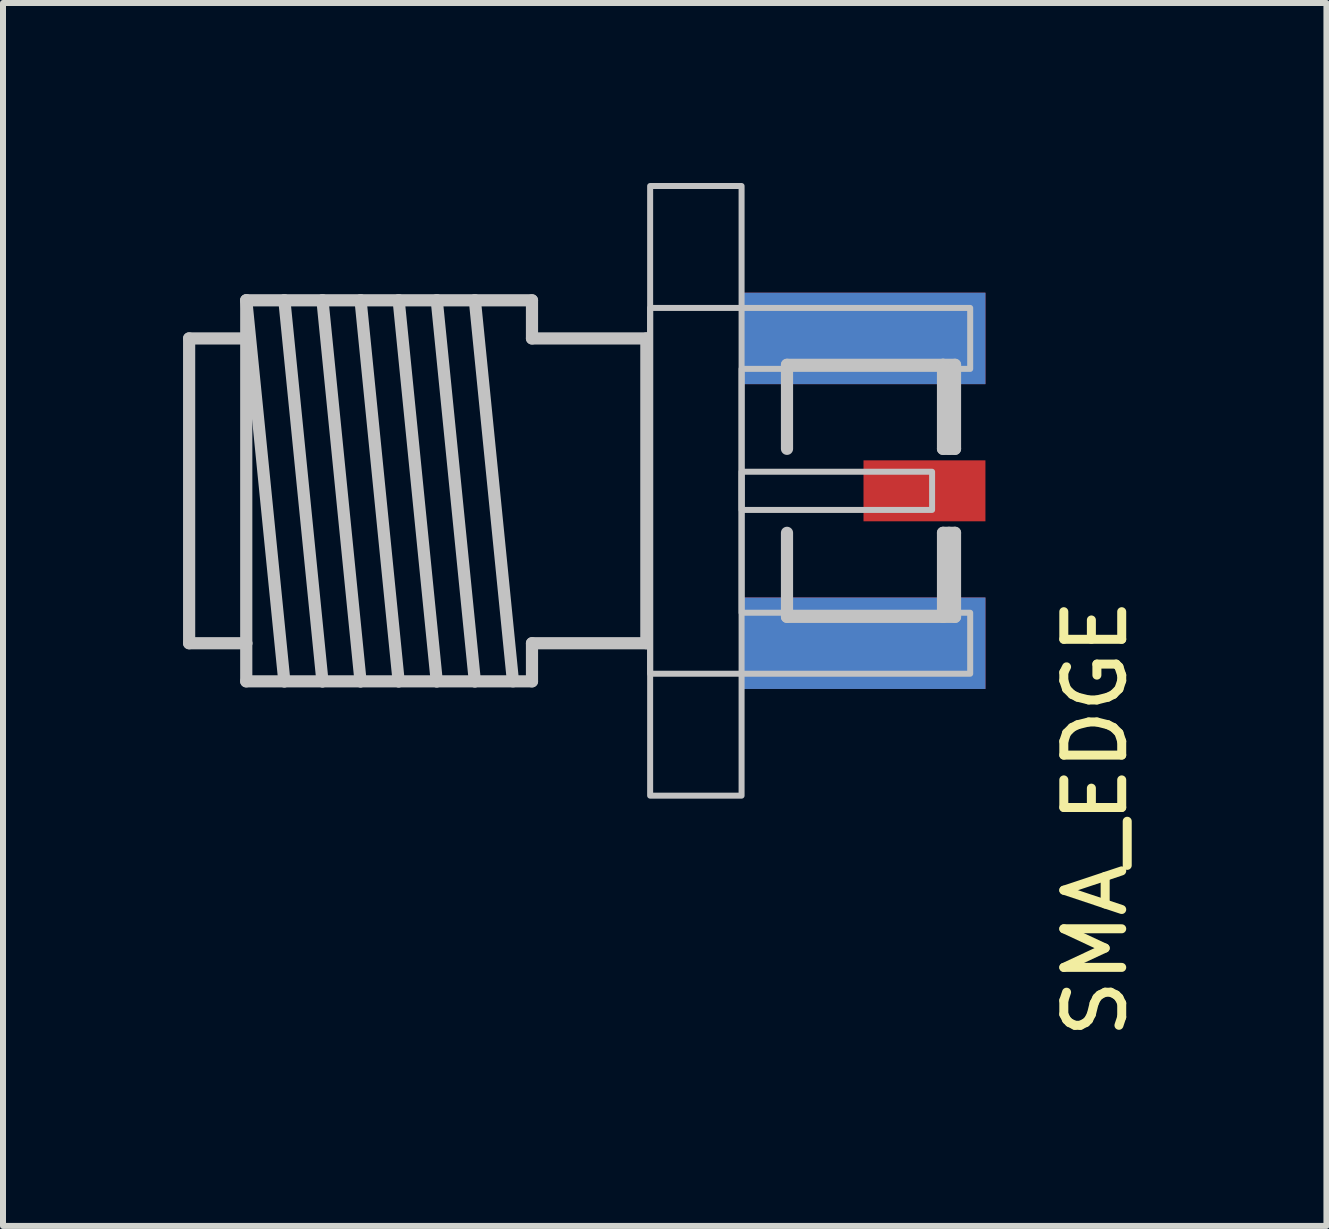
<source format=kicad_pcb>
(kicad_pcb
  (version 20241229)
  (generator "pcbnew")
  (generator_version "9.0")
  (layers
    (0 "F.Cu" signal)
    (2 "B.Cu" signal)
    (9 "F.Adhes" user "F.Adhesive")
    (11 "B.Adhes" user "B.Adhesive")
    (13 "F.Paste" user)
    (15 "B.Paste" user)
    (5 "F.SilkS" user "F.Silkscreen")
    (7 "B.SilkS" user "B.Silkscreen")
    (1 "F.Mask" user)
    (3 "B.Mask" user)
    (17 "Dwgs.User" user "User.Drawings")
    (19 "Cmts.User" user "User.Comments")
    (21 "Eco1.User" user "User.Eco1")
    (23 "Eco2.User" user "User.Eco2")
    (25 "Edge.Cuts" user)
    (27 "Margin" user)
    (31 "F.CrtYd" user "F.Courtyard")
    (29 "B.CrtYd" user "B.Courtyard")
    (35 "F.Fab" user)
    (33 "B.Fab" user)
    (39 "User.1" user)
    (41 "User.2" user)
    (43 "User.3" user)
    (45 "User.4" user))
  (footprint "SMA_EDGE"
    (layer "F.Cu")
    (at 9.309 5.13)
    (property "Reference" "SMA_EDGE" (at 5.332 1.732 90) (layer "F.SilkS") (effects (font (size 0.965 0.965) (thickness 0.15)) (justify right top)))
    (attr through_hole)
    (fp_poly (pts (xy 0.889 -0.938) (xy 3.226 -0.938) (xy 3.226 -1.853) (xy 0.889 -1.853)) (stroke (width 0) (type solid)) (fill yes) (layer "F.Mask"))
    (fp_poly (pts (xy 0.889 1.853) (xy 3.226 1.853) (xy 3.226 0.938) (xy 0.889 0.938)) (stroke (width 0) (type solid)) (fill yes) (layer "F.Mask"))
    (fp_poly (pts (xy 0.991 -0.989) (xy 3.124 -0.989) (xy 3.124 -1.802) (xy 0.991 -1.802)) (stroke (width 0) (type solid)) (fill yes) (layer "F.Paste"))
    (fp_poly (pts (xy 0.991 1.802) (xy 3.124 1.802) (xy 3.124 0.989) (xy 0.991 0.989)) (stroke (width 0) (type solid)) (fill yes) (layer "F.Paste"))
    (fp_poly (pts (xy 3.2 0.483) (xy 3.962 0.483) (xy 3.962 -0.483) (xy 3.2 -0.483)) (stroke (width 0) (type solid)) (fill yes) (layer "F.Paste"))
    (fp_line (start -9.207 -2.54) (end -8.255 -2.54) (stroke (width 0.203) (type solid)) (layer "Dwgs.User"))
    (fp_line (start -9.207 2.54) (end -9.207 -2.54) (stroke (width 0.203) (type solid)) (layer "Dwgs.User"))
    (fp_line (start -8.255 -3.175) (end -7.62 -3.175) (stroke (width 0.203) (type solid)) (layer "Dwgs.User"))
    (fp_line (start -8.255 -3.175) (end -7.62 3.175) (stroke (width 0.203) (type solid)) (layer "Dwgs.User"))
    (fp_line (start -8.255 -2.54) (end -8.255 -3.175) (stroke (width 0.203) (type solid)) (layer "Dwgs.User"))
    (fp_line (start -8.255 -2.54) (end -8.255 2.54) (stroke (width 0.203) (type solid)) (layer "Dwgs.User"))
    (fp_line (start -8.255 2.54) (end -9.207 2.54) (stroke (width 0.203) (type solid)) (layer "Dwgs.User"))
    (fp_line (start -8.255 3.175) (end -8.255 2.54) (stroke (width 0.203) (type solid)) (layer "Dwgs.User"))
    (fp_line (start -7.62 -3.175) (end -6.985 -3.175) (stroke (width 0.203) (type solid)) (layer "Dwgs.User"))
    (fp_line (start -7.62 -3.175) (end -6.985 3.175) (stroke (width 0.203) (type solid)) (layer "Dwgs.User"))
    (fp_line (start -7.62 3.175) (end -8.255 3.175) (stroke (width 0.203) (type solid)) (layer "Dwgs.User"))
    (fp_line (start -6.985 -3.175) (end -6.35 -3.175) (stroke (width 0.203) (type solid)) (layer "Dwgs.User"))
    (fp_line (start -6.985 -3.175) (end -6.35 3.175) (stroke (width 0.203) (type solid)) (layer "Dwgs.User"))
    (fp_line (start -6.985 3.175) (end -7.62 3.175) (stroke (width 0.203) (type solid)) (layer "Dwgs.User"))
    (fp_line (start -6.35 -3.175) (end -5.715 -3.175) (stroke (width 0.203) (type solid)) (layer "Dwgs.User"))
    (fp_line (start -6.35 -3.175) (end -5.715 3.175) (stroke (width 0.203) (type solid)) (layer "Dwgs.User"))
    (fp_line (start -6.35 3.175) (end -6.985 3.175) (stroke (width 0.203) (type solid)) (layer "Dwgs.User"))
    (fp_line (start -5.715 -3.175) (end -5.08 -3.175) (stroke (width 0.203) (type solid)) (layer "Dwgs.User"))
    (fp_line (start -5.715 -3.175) (end -5.08 3.175) (stroke (width 0.203) (type solid)) (layer "Dwgs.User"))
    (fp_line (start -5.715 3.175) (end -6.35 3.175) (stroke (width 0.203) (type solid)) (layer "Dwgs.User"))
    (fp_line (start -5.08 -3.175) (end -4.445 -3.175) (stroke (width 0.203) (type solid)) (layer "Dwgs.User"))
    (fp_line (start -5.08 -3.175) (end -4.445 3.175) (stroke (width 0.203) (type solid)) (layer "Dwgs.User"))
    (fp_line (start -5.08 3.175) (end -5.715 3.175) (stroke (width 0.203) (type solid)) (layer "Dwgs.User"))
    (fp_line (start -4.445 -3.175) (end -3.81 3.175) (stroke (width 0.203) (type solid)) (layer "Dwgs.User"))
    (fp_line (start -4.445 -3.175) (end -3.493 -3.175) (stroke (width 0.203) (type solid)) (layer "Dwgs.User"))
    (fp_line (start -4.445 3.175) (end -5.08 3.175) (stroke (width 0.203) (type solid)) (layer "Dwgs.User"))
    (fp_line (start -3.493 -3.175) (end -3.493 -2.54) (stroke (width 0.203) (type solid)) (layer "Dwgs.User"))
    (fp_line (start -3.493 -2.54) (end -1.587 -2.54) (stroke (width 0.203) (type solid)) (layer "Dwgs.User"))
    (fp_line (start -3.493 2.54) (end -3.493 3.175) (stroke (width 0.203) (type solid)) (layer "Dwgs.User"))
    (fp_line (start -3.493 3.175) (end -4.445 3.175) (stroke (width 0.203) (type solid)) (layer "Dwgs.User"))
    (fp_line (start -1.587 -2.54) (end -1.587 2.54) (stroke (width 0.203) (type solid)) (layer "Dwgs.User"))
    (fp_line (start -1.587 2.54) (end -3.493 2.54) (stroke (width 0.203) (type solid)) (layer "Dwgs.User"))
    (fp_line (start 0.757 -0.7) (end 0.757 -2.1) (stroke (width 0.203) (type solid)) (layer "Dwgs.User"))
    (fp_line (start 0.757 2.1) (end 0.757 0.7) (stroke (width 0.203) (type solid)) (layer "Dwgs.User"))
    (fp_line (start 0.757 2.1) (end 3.357 2.1) (stroke (width 0.203) (type solid)) (layer "Dwgs.User"))
    (fp_line (start 3.357 -2.1) (end 0.757 -2.1) (stroke (width 0.203) (type solid)) (layer "Dwgs.User"))
    (fp_line (start 3.357 -0.7) (end 3.357 -2.1) (stroke (width 0.203) (type solid)) (layer "Dwgs.User"))
    (fp_line (start 3.357 2.1) (end 3.357 0.7) (stroke (width 0.203) (type solid)) (layer "Dwgs.User"))
    (fp_line (start 3.457 -0.7) (end 3.457 -2) (stroke (width 0.203) (type solid)) (layer "Dwgs.User"))
    (fp_line (start 3.457 2) (end 3.457 0.7) (stroke (width 0.203) (type solid)) (layer "Dwgs.User"))
    (fp_line (start 3.557 -2.1) (end 3.357 -2.1) (stroke (width 0.203) (type solid)) (layer "Dwgs.User"))
    (fp_line (start 3.557 -0.7) (end 3.357 -0.7) (stroke (width 0.203) (type solid)) (layer "Dwgs.User"))
    (fp_line (start 3.557 -0.7) (end 3.557 -2.1) (stroke (width 0.203) (type solid)) (layer "Dwgs.User"))
    (fp_line (start 3.557 0.7) (end 3.357 0.7) (stroke (width 0.203) (type solid)) (layer "Dwgs.User"))
    (fp_line (start 3.557 2.1) (end 3.357 2.1) (stroke (width 0.203) (type solid)) (layer "Dwgs.User"))
    (fp_line (start 3.557 2.1) (end 3.557 0.7) (stroke (width 0.203) (type solid)) (layer "Dwgs.User"))
    (fp_poly (pts (xy -1.524 -5.08) (xy 0 -5.08) (xy 0 5.08) (xy -1.524 5.08)) (stroke (width 0.1) (type solid)) (fill no) (layer "Dwgs.User"))
    (fp_poly (pts (xy 0 0.318) (xy 3.175 0.318) (xy 3.175 -0.318) (xy 0 -0.318)) (stroke (width 0.1) (type solid)) (fill no) (layer "Dwgs.User"))
    (fp_poly (pts (xy -1.524 -3.048) (xy 3.81 -3.048) (xy 3.81 -2.032) (xy 0 -2.032) (xy 0 2.032) (xy 3.81 2.032) (xy 3.81 3.048) (xy -1.524 3.048)) (stroke (width 0.1) (type solid)) (fill no) (layer "Dwgs.User"))
    (pad "1" smd rect (at 3.048 0 90) (size 1.016 2.032) (layers "F.Cu" "F.Mask" "F.Paste"))
    (pad "2" smd rect (at 2.032 -2.54 90) (size 1.524 4.064) (layers "F.Cu" "F.Mask" "F.Paste"))
    (pad "2" smd rect (at 2.032 -2.54 90) (size 1.524 4.064) (layers "B.Cu" "B.Mask" "B.Paste"))
    (pad "2" smd rect (at 2.032 2.54 90) (size 1.524 4.064) (layers "F.Cu" "F.Mask" "F.Paste"))
    (pad "2" smd rect (at 2.032 2.54 90) (size 1.524 4.064) (layers "B.Cu" "B.Mask" "B.Paste")))
  (gr_rect
    (start -3 -3)
    (end 19.056 17.381)
    (stroke (width 0.1) (type default))
    (fill no)
    (layer "Edge.Cuts")))
</source>
